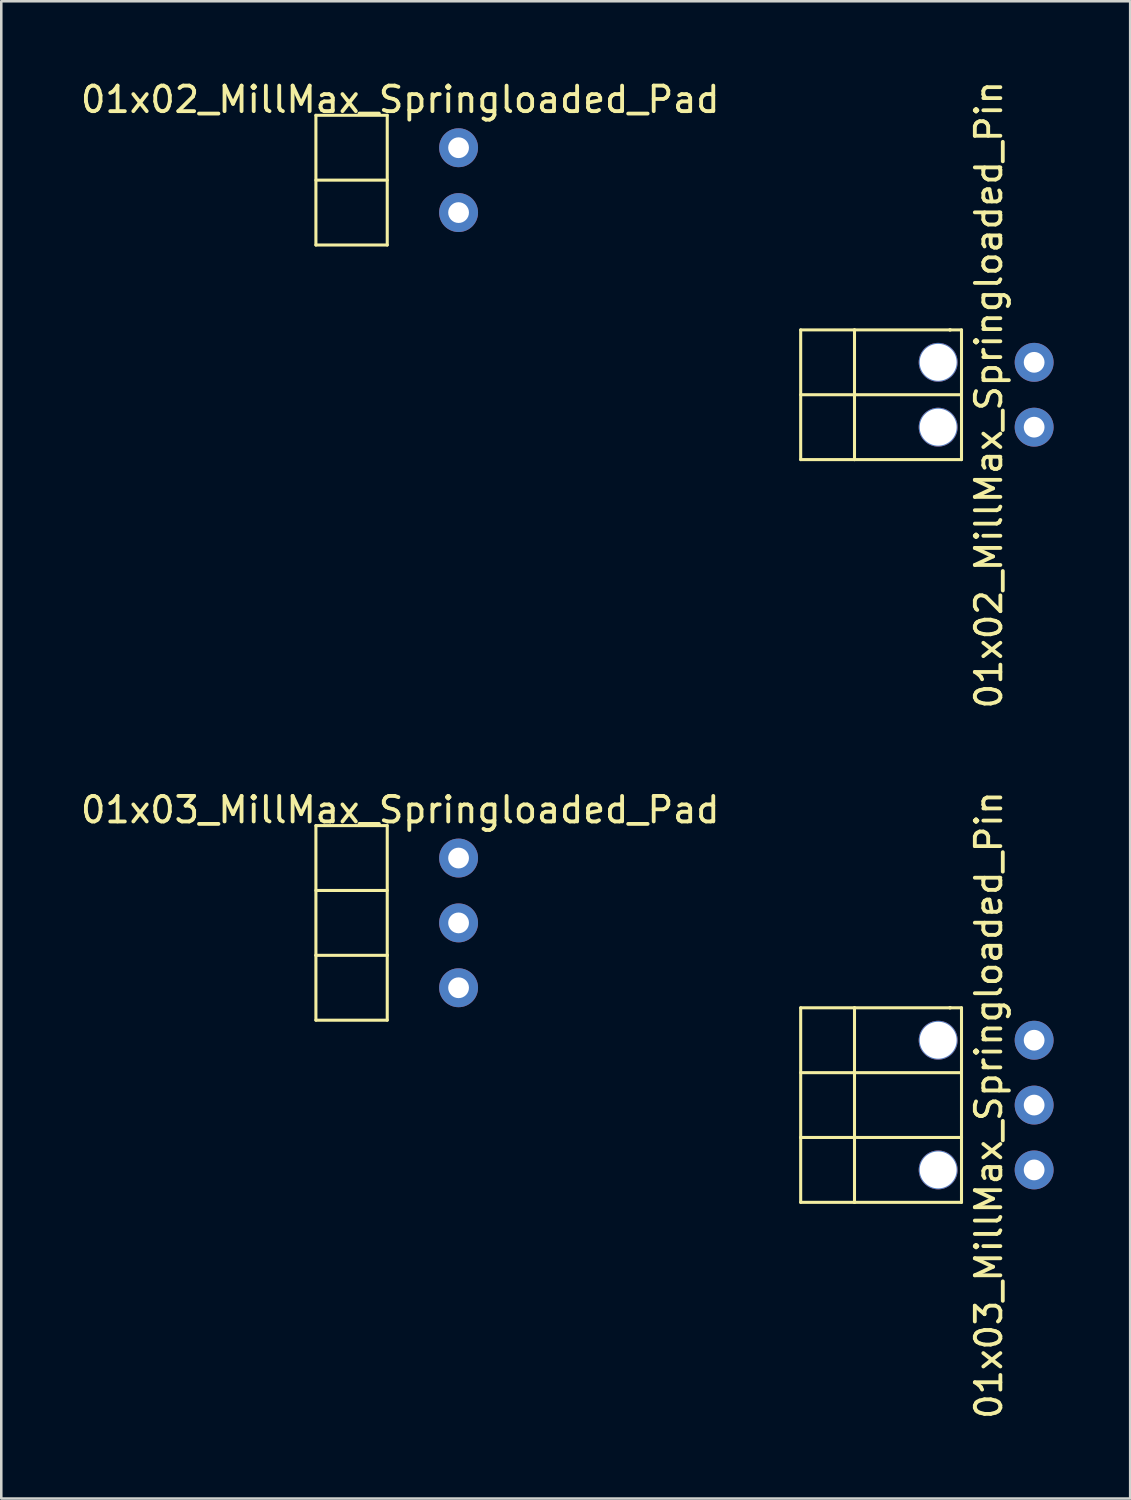
<source format=kicad_pcb>
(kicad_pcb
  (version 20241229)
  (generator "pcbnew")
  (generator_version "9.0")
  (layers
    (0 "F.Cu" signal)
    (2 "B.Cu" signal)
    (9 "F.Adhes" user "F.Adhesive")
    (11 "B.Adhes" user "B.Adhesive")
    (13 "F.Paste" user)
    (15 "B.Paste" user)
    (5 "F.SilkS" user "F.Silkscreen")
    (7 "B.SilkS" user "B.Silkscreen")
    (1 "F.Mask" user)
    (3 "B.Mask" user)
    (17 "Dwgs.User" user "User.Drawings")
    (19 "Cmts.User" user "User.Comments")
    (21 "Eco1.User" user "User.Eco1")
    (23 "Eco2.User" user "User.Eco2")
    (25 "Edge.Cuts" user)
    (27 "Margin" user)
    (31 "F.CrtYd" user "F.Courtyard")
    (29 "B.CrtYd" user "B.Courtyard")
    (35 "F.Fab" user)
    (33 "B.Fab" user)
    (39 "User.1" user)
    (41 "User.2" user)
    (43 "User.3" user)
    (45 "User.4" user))
  (footprint "01x02_MillMax_Springloaded_Pin"
    (layer "F.Cu")
    (at 37.454 11.141)
    (property "Reference" "01x02_MillMax_Springloaded_Pin" (at -1.778 1.27 270) (layer "F.SilkS") (effects (font (size 1 1) (thickness 0.15))))
    (attr through_hole)
    (fp_line (start -9.144 -1.27) (end -9.144 3.81) (stroke (width 0.12) (type solid)) (layer "F.SilkS"))
    (fp_line (start -9.144 -1.27) (end -7.036 -1.27) (stroke (width 0.12) (type solid)) (layer "F.SilkS"))
    (fp_line (start -9.144 1.27) (end -2.857 1.27) (stroke (width 0.12) (type solid)) (layer "F.SilkS"))
    (fp_line (start -9.144 3.81) (end -7.036 3.81) (stroke (width 0.12) (type solid)) (layer "F.SilkS"))
    (fp_line (start -7.036 -1.27) (end -3.302 -1.27) (stroke (width 0.12) (type solid)) (layer "F.SilkS"))
    (fp_line (start -7.036 3.81) (end -7.036 -1.27) (stroke (width 0.12) (type solid)) (layer "F.SilkS"))
    (fp_line (start -3.302 -1.27) (end -3.277 -1.27) (stroke (width 0.12) (type solid)) (layer "F.SilkS"))
    (fp_line (start -3.302 -1.27) (end -2.845 -1.27) (stroke (width 0.12) (type solid)) (layer "F.SilkS"))
    (fp_line (start -2.845 -1.27) (end -2.845 3.81) (stroke (width 0.12) (type solid)) (layer "F.SilkS"))
    (fp_line (start -2.845 3.81) (end -7.036 3.81) (stroke (width 0.12) (type solid)) (layer "F.SilkS"))
    (pad "" np_thru_hole circle (at -3.759 0) (size 1.524 1.524) (drill 1.448) (layers "*.Cu" "*.Mask"))
    (pad "" np_thru_hole circle (at -3.759 2.54) (size 1.524 1.524) (drill 1.448) (layers "*.Cu" "*.Mask"))
    (pad "1" thru_hole circle (at 0 0) (size 1.524 1.524) (drill 0.813) (layers "*.Cu" "*.Mask"))
    (pad "2" thru_hole circle (at 0 2.54) (size 1.524 1.524) (drill 0.813) (layers "*.Cu" "*.Mask")))
  (footprint "01x03_MillMax_Springloaded_Pad"
    (layer "F.Cu")
    (at 14.911 30.557)
    (property "Reference" "01x03_MillMax_Springloaded_Pad" (at -2.286 -1.888 0) (layer "F.SilkS") (effects (font (size 1 1) (thickness 0.15))))
    (attr through_hole)
    (fp_line (start -5.588 -1.27) (end -2.794 -1.27) (stroke (width 0.12) (type solid)) (layer "F.SilkS"))
    (fp_line (start -5.588 1.27) (end -2.794 1.27) (stroke (width 0.12) (type solid)) (layer "F.SilkS"))
    (fp_line (start -5.588 3.81) (end -5.588 -1.27) (stroke (width 0.12) (type solid)) (layer "F.SilkS"))
    (fp_line (start -5.588 6.35) (end -5.588 3.81) (stroke (width 0.12) (type solid)) (layer "F.SilkS"))
    (fp_line (start -2.794 -1.27) (end -2.794 3.81) (stroke (width 0.12) (type solid)) (layer "F.SilkS"))
    (fp_line (start -2.794 3.81) (end -5.588 3.81) (stroke (width 0.12) (type solid)) (layer "F.SilkS"))
    (fp_line (start -2.794 3.81) (end -2.794 6.35) (stroke (width 0.12) (type solid)) (layer "F.SilkS"))
    (fp_line (start -2.794 6.35) (end -5.588 6.35) (stroke (width 0.12) (type solid)) (layer "F.SilkS"))
    (pad "1" thru_hole circle (at 0 0) (size 1.524 1.524) (drill 0.813) (layers "*.Cu" "*.Mask"))
    (pad "2" thru_hole circle (at 0 2.54) (size 1.524 1.524) (drill 0.813) (layers "*.Cu" "*.Mask"))
    (pad "3" thru_hole circle (at 0 5.08) (size 1.524 1.524) (drill 0.813) (layers "*.Cu" "*.Mask")))
  (footprint "01x02_MillMax_Springloaded_Pad"
    (layer "F.Cu")
    (at 14.911 2.736)
    (property "Reference" "01x02_MillMax_Springloaded_Pad" (at -2.286 -1.888 0) (layer "F.SilkS") (effects (font (size 1 1) (thickness 0.15))))
    (attr through_hole)
    (fp_line (start -5.588 -1.27) (end -2.794 -1.27) (stroke (width 0.12) (type solid)) (layer "F.SilkS"))
    (fp_line (start -5.588 1.27) (end -2.794 1.27) (stroke (width 0.12) (type solid)) (layer "F.SilkS"))
    (fp_line (start -5.588 3.81) (end -5.588 -1.27) (stroke (width 0.12) (type solid)) (layer "F.SilkS"))
    (fp_line (start -2.794 -1.27) (end -2.794 3.81) (stroke (width 0.12) (type solid)) (layer "F.SilkS"))
    (fp_line (start -2.794 3.81) (end -5.588 3.81) (stroke (width 0.12) (type solid)) (layer "F.SilkS"))
    (pad "1" thru_hole circle (at 0 0) (size 1.524 1.524) (drill 0.813) (layers "*.Cu" "*.Mask"))
    (pad "2" thru_hole circle (at 0 2.54) (size 1.524 1.524) (drill 0.813) (layers "*.Cu" "*.Mask")))
  (footprint "01x03_MillMax_Springloaded_Pin"
    (layer "F.Cu")
    (at 37.454 37.692)
    (property "Reference" "01x03_MillMax_Springloaded_Pin" (at -1.778 2.54 270) (layer "F.SilkS") (effects (font (size 1 1) (thickness 0.15))))
    (attr through_hole)
    (fp_line (start -9.144 -1.27) (end -9.144 3.81) (stroke (width 0.12) (type solid)) (layer "F.SilkS"))
    (fp_line (start -9.144 -1.27) (end -7.036 -1.27) (stroke (width 0.12) (type solid)) (layer "F.SilkS"))
    (fp_line (start -9.144 1.27) (end -2.857 1.27) (stroke (width 0.12) (type solid)) (layer "F.SilkS"))
    (fp_line (start -9.144 3.81) (end -9.144 6.35) (stroke (width 0.12) (type solid)) (layer "F.SilkS"))
    (fp_line (start -9.144 3.81) (end -7.036 3.81) (stroke (width 0.12) (type solid)) (layer "F.SilkS"))
    (fp_line (start -9.144 6.35) (end -7.036 6.35) (stroke (width 0.12) (type solid)) (layer "F.SilkS"))
    (fp_line (start -7.036 -1.27) (end -3.302 -1.27) (stroke (width 0.12) (type solid)) (layer "F.SilkS"))
    (fp_line (start -7.036 3.81) (end -7.036 -1.27) (stroke (width 0.12) (type solid)) (layer "F.SilkS"))
    (fp_line (start -7.036 3.81) (end -7.036 6.35) (stroke (width 0.12) (type solid)) (layer "F.SilkS"))
    (fp_line (start -3.302 -1.27) (end -3.277 -1.27) (stroke (width 0.12) (type solid)) (layer "F.SilkS"))
    (fp_line (start -3.302 -1.27) (end -2.845 -1.27) (stroke (width 0.12) (type solid)) (layer "F.SilkS"))
    (fp_line (start -2.845 -1.27) (end -2.845 3.81) (stroke (width 0.12) (type solid)) (layer "F.SilkS"))
    (fp_line (start -2.845 3.81) (end -7.036 3.81) (stroke (width 0.12) (type solid)) (layer "F.SilkS"))
    (fp_line (start -2.845 3.81) (end -2.845 6.35) (stroke (width 0.12) (type solid)) (layer "F.SilkS"))
    (fp_line (start -2.845 6.35) (end -7.036 6.35) (stroke (width 0.12) (type solid)) (layer "F.SilkS"))
    (pad "" np_thru_hole circle (at -3.759 0) (size 1.524 1.524) (drill 1.448) (layers "*.Cu" "*.Mask"))
    (pad "" np_thru_hole circle (at -3.759 5.08) (size 1.524 1.524) (drill 1.448) (layers "*.Cu" "*.Mask"))
    (pad "1" thru_hole circle (at 0 0) (size 1.524 1.524) (drill 0.813) (layers "*.Cu" "*.Mask"))
    (pad "2" thru_hole circle (at 0 2.54) (size 1.524 1.524) (drill 0.813) (layers "*.Cu" "*.Mask"))
    (pad "3" thru_hole circle (at 0 5.08) (size 1.524 1.524) (drill 0.813) (layers "*.Cu" "*.Mask")))
  (gr_rect
    (start -3 -3)
    (end 41.216 55.643)
    (stroke (width 0.1) (type default))
    (fill no)
    (layer "Edge.Cuts")))
</source>
